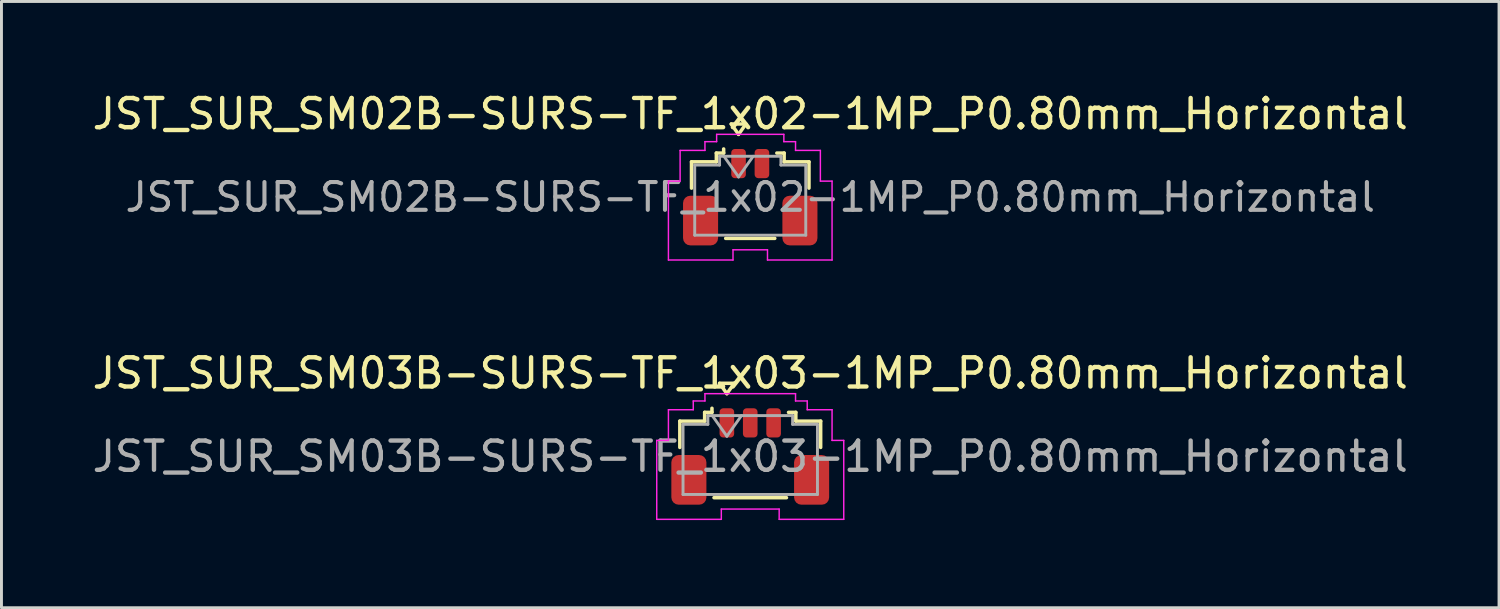
<source format=kicad_pcb>
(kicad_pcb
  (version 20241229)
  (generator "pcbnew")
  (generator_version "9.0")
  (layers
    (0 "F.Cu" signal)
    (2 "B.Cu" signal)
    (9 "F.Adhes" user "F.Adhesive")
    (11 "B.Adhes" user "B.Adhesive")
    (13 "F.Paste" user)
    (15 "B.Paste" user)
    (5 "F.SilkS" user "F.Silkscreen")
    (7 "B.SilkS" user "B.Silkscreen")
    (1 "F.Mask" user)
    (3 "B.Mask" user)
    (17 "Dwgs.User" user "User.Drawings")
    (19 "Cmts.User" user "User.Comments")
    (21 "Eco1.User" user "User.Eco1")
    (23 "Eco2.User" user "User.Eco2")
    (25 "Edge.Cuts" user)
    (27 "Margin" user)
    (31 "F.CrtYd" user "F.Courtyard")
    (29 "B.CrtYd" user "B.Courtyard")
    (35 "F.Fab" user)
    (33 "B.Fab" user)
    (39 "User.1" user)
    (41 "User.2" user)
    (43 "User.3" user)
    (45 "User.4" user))
  (footprint "JST_SUR_SM03B-SURS-TF_1x03-1MP_P0.80mm_Horizontal"
    (layer "F.Cu")
    (at 22.625 12.572)
    (property "Reference" "JST_SUR_SM03B-SURS-TF_1x03-1MP_P0.80mm_Horizontal" (at 0 -2.85 0) (layer "F.SilkS") (effects (font (size 1 1) (thickness 0.15))))
    (attr smd)
    (fp_line (start -2.41 -1.21) (end -1.56 -1.21) (stroke (width 0.12) (type solid)) (layer "F.SilkS"))
    (fp_line (start -2.41 -0.31) (end -2.41 -1.21) (stroke (width 0.12) (type solid)) (layer "F.SilkS"))
    (fp_line (start -1.56 -1.51) (end -1.31 -1.51) (stroke (width 0.12) (type solid)) (layer "F.SilkS"))
    (fp_line (start -1.56 -1.21) (end -1.56 -1.51) (stroke (width 0.12) (type solid)) (layer "F.SilkS"))
    (fp_line (start -1.31 -1.51) (end -1.31 -1.65) (stroke (width 0.12) (type solid)) (layer "F.SilkS"))
    (fp_line (start -1.24 1.41) (end 1.24 1.41) (stroke (width 0.12) (type solid)) (layer "F.SilkS"))
    (fp_line (start -1.05 -2.504) (end -0.8 -2.15) (stroke (width 0.12) (type solid)) (layer "F.SilkS"))
    (fp_line (start -0.8 -2.15) (end -0.55 -2.504) (stroke (width 0.12) (type solid)) (layer "F.SilkS"))
    (fp_line (start -0.55 -2.504) (end -1.05 -2.504) (stroke (width 0.12) (type solid)) (layer "F.SilkS"))
    (fp_line (start 1.56 -1.51) (end 1.31 -1.51) (stroke (width 0.12) (type solid)) (layer "F.SilkS"))
    (fp_line (start 1.56 -1.21) (end 1.56 -1.51) (stroke (width 0.12) (type solid)) (layer "F.SilkS"))
    (fp_line (start 2.41 -1.21) (end 1.56 -1.21) (stroke (width 0.12) (type solid)) (layer "F.SilkS"))
    (fp_line (start 2.41 -0.31) (end 2.41 -1.21) (stroke (width 0.12) (type solid)) (layer "F.SilkS"))
    (fp_line (start -3.2 -0.55) (end -2.8 -0.55) (stroke (width 0.05) (type solid)) (layer "F.CrtYd"))
    (fp_line (start -3.2 2.15) (end -3.2 -0.55) (stroke (width 0.05) (type solid)) (layer "F.CrtYd"))
    (fp_line (start -2.8 -1.6) (end -1.95 -1.6) (stroke (width 0.05) (type solid)) (layer "F.CrtYd"))
    (fp_line (start -2.8 -0.55) (end -2.8 -1.6) (stroke (width 0.05) (type solid)) (layer "F.CrtYd"))
    (fp_line (start -1.95 -1.9) (end -1.55 -1.9) (stroke (width 0.05) (type solid)) (layer "F.CrtYd"))
    (fp_line (start -1.95 -1.6) (end -1.95 -1.9) (stroke (width 0.05) (type solid)) (layer "F.CrtYd"))
    (fp_line (start -1.55 -2.15) (end 1.55 -2.15) (stroke (width 0.05) (type solid)) (layer "F.CrtYd"))
    (fp_line (start -1.55 -1.9) (end -1.55 -2.15) (stroke (width 0.05) (type solid)) (layer "F.CrtYd"))
    (fp_line (start -0.99 1.8) (end -0.99 2.15) (stroke (width 0.05) (type solid)) (layer "F.CrtYd"))
    (fp_line (start -0.99 2.15) (end -3.2 2.15) (stroke (width 0.05) (type solid)) (layer "F.CrtYd"))
    (fp_line (start 0.99 1.8) (end -0.99 1.8) (stroke (width 0.05) (type solid)) (layer "F.CrtYd"))
    (fp_line (start 0.99 2.15) (end 0.99 1.8) (stroke (width 0.05) (type solid)) (layer "F.CrtYd"))
    (fp_line (start 1.55 -2.15) (end 1.55 -1.9) (stroke (width 0.05) (type solid)) (layer "F.CrtYd"))
    (fp_line (start 1.55 -1.9) (end 1.95 -1.9) (stroke (width 0.05) (type solid)) (layer "F.CrtYd"))
    (fp_line (start 1.95 -1.9) (end 1.95 -1.6) (stroke (width 0.05) (type solid)) (layer "F.CrtYd"))
    (fp_line (start 1.95 -1.6) (end 2.8 -1.6) (stroke (width 0.05) (type solid)) (layer "F.CrtYd"))
    (fp_line (start 2.8 -1.6) (end 2.8 -0.55) (stroke (width 0.05) (type solid)) (layer "F.CrtYd"))
    (fp_line (start 2.8 -0.55) (end 3.2 -0.55) (stroke (width 0.05) (type solid)) (layer "F.CrtYd"))
    (fp_line (start 3.2 -0.55) (end 3.2 2.15) (stroke (width 0.05) (type solid)) (layer "F.CrtYd"))
    (fp_line (start 3.2 2.15) (end 0.99 2.15) (stroke (width 0.05) (type solid)) (layer "F.CrtYd"))
    (fp_line (start -2.3 -1.1) (end -2.3 1.3) (stroke (width 0.1) (type solid)) (layer "F.Fab"))
    (fp_line (start -2.3 -1.1) (end -1.45 -1.1) (stroke (width 0.1) (type solid)) (layer "F.Fab"))
    (fp_line (start -2.3 1.3) (end 2.3 1.3) (stroke (width 0.1) (type solid)) (layer "F.Fab"))
    (fp_line (start -1.45 -1.4) (end 1.45 -1.4) (stroke (width 0.1) (type solid)) (layer "F.Fab"))
    (fp_line (start -1.45 -1.1) (end -1.45 -1.4) (stroke (width 0.1) (type solid)) (layer "F.Fab"))
    (fp_line (start -1.3 -1.4) (end -0.8 -0.693) (stroke (width 0.1) (type solid)) (layer "F.Fab"))
    (fp_line (start -0.8 -0.693) (end -0.3 -1.4) (stroke (width 0.1) (type solid)) (layer "F.Fab"))
    (fp_line (start 1.45 -1.4) (end 1.45 -1.1) (stroke (width 0.1) (type solid)) (layer "F.Fab"))
    (fp_line (start 1.45 -1.1) (end 2.3 -1.1) (stroke (width 0.1) (type solid)) (layer "F.Fab"))
    (fp_line (start 2.3 -1.1) (end 2.3 1.3) (stroke (width 0.1) (type solid)) (layer "F.Fab"))
    (fp_text user "${REFERENCE}" (at 0 0 0) (layer "F.Fab") (effects (font (size 1 1) (thickness 0.15))))
    (pad "1" smd roundrect (at -0.8 -1.15) (size 0.5 1) (layers "F.Cu" "F.Mask" "F.Paste") (roundrect_rratio 0.25))
    (pad "2" smd roundrect (at 0 -1.15) (size 0.5 1) (layers "F.Cu" "F.Mask" "F.Paste") (roundrect_rratio 0.25))
    (pad "3" smd roundrect (at 0.8 -1.15) (size 0.5 1) (layers "F.Cu" "F.Mask" "F.Paste") (roundrect_rratio 0.25))
    (pad "MP" smd roundrect (at -2.1 0.8) (size 1.2 1.7) (layers "F.Cu" "F.Mask" "F.Paste") (roundrect_rratio 0.208))
    (pad "MP" smd roundrect (at 2.1 0.8) (size 1.2 1.7) (layers "F.Cu" "F.Mask" "F.Paste") (roundrect_rratio 0.208)))
  (footprint "JST_SUR_SM02B-SURS-TF_1x02-1MP_P0.80mm_Horizontal"
    (layer "F.Cu")
    (at 22.625 3.698)
    (property "Reference" "JST_SUR_SM02B-SURS-TF_1x02-1MP_P0.80mm_Horizontal" (at 0 -2.85 0) (layer "F.SilkS") (effects (font (size 1 1) (thickness 0.15))))
    (attr smd)
    (fp_line (start -2.01 -1.21) (end -1.16 -1.21) (stroke (width 0.12) (type solid)) (layer "F.SilkS"))
    (fp_line (start -2.01 -0.31) (end -2.01 -1.21) (stroke (width 0.12) (type solid)) (layer "F.SilkS"))
    (fp_line (start -1.16 -1.51) (end -0.91 -1.51) (stroke (width 0.12) (type solid)) (layer "F.SilkS"))
    (fp_line (start -1.16 -1.21) (end -1.16 -1.51) (stroke (width 0.12) (type solid)) (layer "F.SilkS"))
    (fp_line (start -0.91 -1.51) (end -0.91 -1.65) (stroke (width 0.12) (type solid)) (layer "F.SilkS"))
    (fp_line (start -0.84 1.41) (end 0.84 1.41) (stroke (width 0.12) (type solid)) (layer "F.SilkS"))
    (fp_line (start -0.65 -2.504) (end -0.4 -2.15) (stroke (width 0.12) (type solid)) (layer "F.SilkS"))
    (fp_line (start -0.4 -2.15) (end -0.15 -2.504) (stroke (width 0.12) (type solid)) (layer "F.SilkS"))
    (fp_line (start -0.15 -2.504) (end -0.65 -2.504) (stroke (width 0.12) (type solid)) (layer "F.SilkS"))
    (fp_line (start 1.16 -1.51) (end 0.91 -1.51) (stroke (width 0.12) (type solid)) (layer "F.SilkS"))
    (fp_line (start 1.16 -1.21) (end 1.16 -1.51) (stroke (width 0.12) (type solid)) (layer "F.SilkS"))
    (fp_line (start 2.01 -1.21) (end 1.16 -1.21) (stroke (width 0.12) (type solid)) (layer "F.SilkS"))
    (fp_line (start 2.01 -0.31) (end 2.01 -1.21) (stroke (width 0.12) (type solid)) (layer "F.SilkS"))
    (fp_line (start -2.8 -0.55) (end -2.4 -0.55) (stroke (width 0.05) (type solid)) (layer "F.CrtYd"))
    (fp_line (start -2.8 2.15) (end -2.8 -0.55) (stroke (width 0.05) (type solid)) (layer "F.CrtYd"))
    (fp_line (start -2.4 -1.6) (end -1.55 -1.6) (stroke (width 0.05) (type solid)) (layer "F.CrtYd"))
    (fp_line (start -2.4 -0.55) (end -2.4 -1.6) (stroke (width 0.05) (type solid)) (layer "F.CrtYd"))
    (fp_line (start -1.55 -1.9) (end -1.15 -1.9) (stroke (width 0.05) (type solid)) (layer "F.CrtYd"))
    (fp_line (start -1.55 -1.6) (end -1.55 -1.9) (stroke (width 0.05) (type solid)) (layer "F.CrtYd"))
    (fp_line (start -1.15 -2.15) (end 1.15 -2.15) (stroke (width 0.05) (type solid)) (layer "F.CrtYd"))
    (fp_line (start -1.15 -1.9) (end -1.15 -2.15) (stroke (width 0.05) (type solid)) (layer "F.CrtYd"))
    (fp_line (start -0.59 1.8) (end -0.59 2.15) (stroke (width 0.05) (type solid)) (layer "F.CrtYd"))
    (fp_line (start -0.59 2.15) (end -2.8 2.15) (stroke (width 0.05) (type solid)) (layer "F.CrtYd"))
    (fp_line (start 0.59 1.8) (end -0.59 1.8) (stroke (width 0.05) (type solid)) (layer "F.CrtYd"))
    (fp_line (start 0.59 2.15) (end 0.59 1.8) (stroke (width 0.05) (type solid)) (layer "F.CrtYd"))
    (fp_line (start 1.15 -2.15) (end 1.15 -1.9) (stroke (width 0.05) (type solid)) (layer "F.CrtYd"))
    (fp_line (start 1.15 -1.9) (end 1.55 -1.9) (stroke (width 0.05) (type solid)) (layer "F.CrtYd"))
    (fp_line (start 1.55 -1.9) (end 1.55 -1.6) (stroke (width 0.05) (type solid)) (layer "F.CrtYd"))
    (fp_line (start 1.55 -1.6) (end 2.4 -1.6) (stroke (width 0.05) (type solid)) (layer "F.CrtYd"))
    (fp_line (start 2.4 -1.6) (end 2.4 -0.55) (stroke (width 0.05) (type solid)) (layer "F.CrtYd"))
    (fp_line (start 2.4 -0.55) (end 2.8 -0.55) (stroke (width 0.05) (type solid)) (layer "F.CrtYd"))
    (fp_line (start 2.8 -0.55) (end 2.8 2.15) (stroke (width 0.05) (type solid)) (layer "F.CrtYd"))
    (fp_line (start 2.8 2.15) (end 0.59 2.15) (stroke (width 0.05) (type solid)) (layer "F.CrtYd"))
    (fp_line (start -1.9 -1.1) (end -1.9 1.3) (stroke (width 0.1) (type solid)) (layer "F.Fab"))
    (fp_line (start -1.9 -1.1) (end -1.05 -1.1) (stroke (width 0.1) (type solid)) (layer "F.Fab"))
    (fp_line (start -1.9 1.3) (end 1.9 1.3) (stroke (width 0.1) (type solid)) (layer "F.Fab"))
    (fp_line (start -1.05 -1.4) (end 1.05 -1.4) (stroke (width 0.1) (type solid)) (layer "F.Fab"))
    (fp_line (start -1.05 -1.1) (end -1.05 -1.4) (stroke (width 0.1) (type solid)) (layer "F.Fab"))
    (fp_line (start -0.9 -1.4) (end -0.4 -0.693) (stroke (width 0.1) (type solid)) (layer "F.Fab"))
    (fp_line (start -0.4 -0.693) (end 0.1 -1.4) (stroke (width 0.1) (type solid)) (layer "F.Fab"))
    (fp_line (start 1.05 -1.4) (end 1.05 -1.1) (stroke (width 0.1) (type solid)) (layer "F.Fab"))
    (fp_line (start 1.05 -1.1) (end 1.9 -1.1) (stroke (width 0.1) (type solid)) (layer "F.Fab"))
    (fp_line (start 1.9 -1.1) (end 1.9 1.3) (stroke (width 0.1) (type solid)) (layer "F.Fab"))
    (fp_text user "${REFERENCE}" (at 0 0 0) (layer "F.Fab") (effects (font (size 0.95 0.95) (thickness 0.14))))
    (pad "1" smd roundrect (at -0.4 -1.15) (size 0.5 1) (layers "F.Cu" "F.Mask" "F.Paste") (roundrect_rratio 0.25))
    (pad "2" smd roundrect (at 0.4 -1.15) (size 0.5 1) (layers "F.Cu" "F.Mask" "F.Paste") (roundrect_rratio 0.25))
    (pad "MP" smd roundrect (at -1.7 0.8) (size 1.2 1.7) (layers "F.Cu" "F.Mask" "F.Paste") (roundrect_rratio 0.208))
    (pad "MP" smd roundrect (at 1.7 0.8) (size 1.2 1.7) (layers "F.Cu" "F.Mask" "F.Paste") (roundrect_rratio 0.208)))
  (gr_rect
    (start -3 -3)
    (end 48.25 17.747)
    (stroke (width 0.1) (type default))
    (fill no)
    (layer "Edge.Cuts")))
</source>
